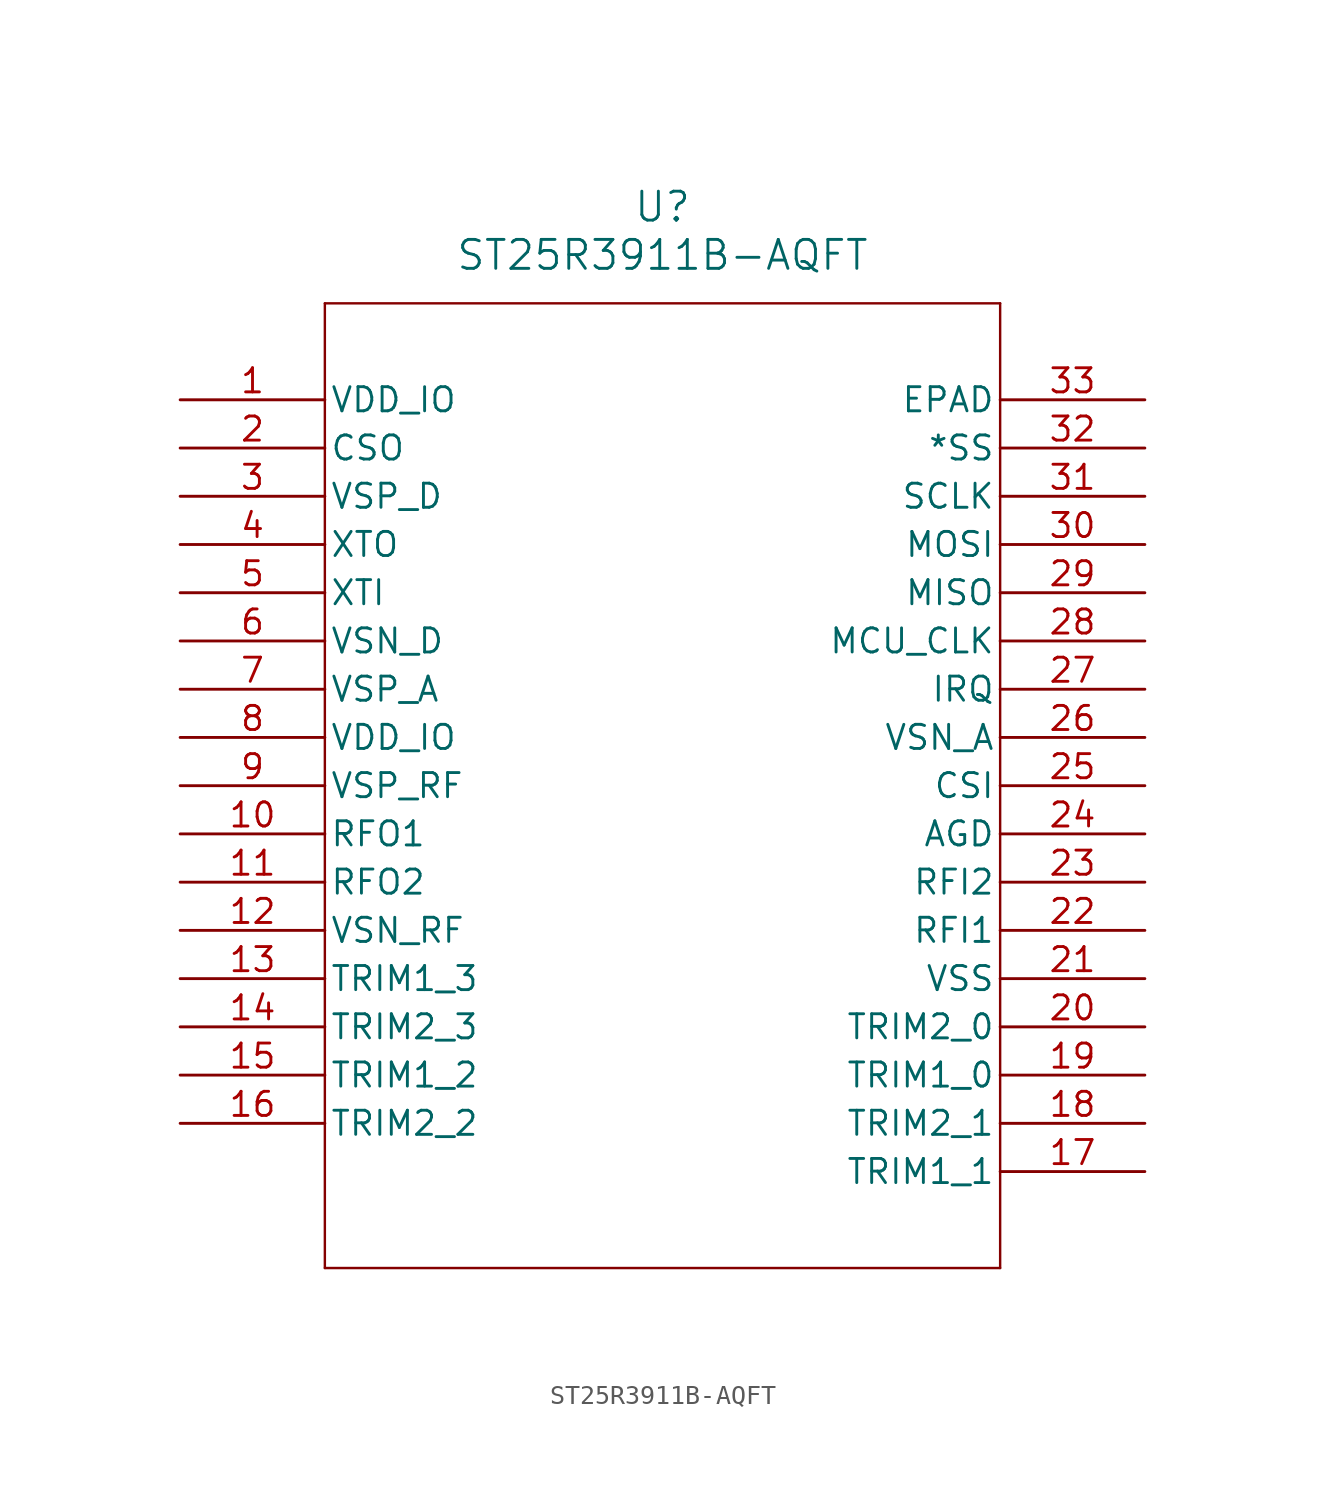
<source format=kicad_sym>
(kicad_symbol_lib
  (version 20211014)
  (generator kicad_symbol_editor)
  (symbol "ST25R3911B-AQFT"
    (pin_names
      (offset 0.254))
    (property "Reference" "U"
      (at 25.4 10.16 0)
      (effects (font (size 1.524 1.524))))
    (property "Value" "ST25R3911B-AQFT"
      (at 25.4 7.62 0)
      (effects (font (size 1.524 1.524))))
    (symbol "ST25R3911B-AQFT_0_1"
      (polyline (pts (xy 7.62 5.08) (xy 7.62 -45.72)) (stroke (width 0.127) (type default) (color 0 0 0 0)) (fill (type none)))
      (polyline (pts (xy 7.62 -45.72) (xy 43.18 -45.72)) (stroke (width 0.127) (type default) (color 0 0 0 0)) (fill (type none)))
      (polyline (pts (xy 43.18 -45.72) (xy 43.18 5.08)) (stroke (width 0.127) (type default) (color 0 0 0 0)) (fill (type none)))
      (polyline (pts (xy 43.18 5.08) (xy 7.62 5.08)) (stroke (width 0.127) (type default) (color 0 0 0 0)) (fill (type none)))
      (pin power_in line (at 0 0 0) (length 7.62) (name "VDD_IO" (effects (font (size 1.27 1.27)))) (number "1" (effects (font (size 1.27 1.27)))))
      (pin output line (at 0 -2.54 0) (length 7.62) (name "CSO" (effects (font (size 1.27 1.27)))) (number "2" (effects (font (size 1.27 1.27)))))
      (pin output line (at 0 -5.08 0) (length 7.62) (name "VSP_D" (effects (font (size 1.27 1.27)))) (number "3" (effects (font (size 1.27 1.27)))))
      (pin output line (at 0 -7.62 0) (length 7.62) (name "XTO" (effects (font (size 1.27 1.27)))) (number "4" (effects (font (size 1.27 1.27)))))
      (pin input line (at 0 -10.16 0) (length 7.62) (name "XTI" (effects (font (size 1.27 1.27)))) (number "5" (effects (font (size 1.27 1.27)))))
      (pin power_in line (at 0 -12.7 0) (length 7.62) (name "VSN_D" (effects (font (size 1.27 1.27)))) (number "6" (effects (font (size 1.27 1.27)))))
      (pin output line (at 0 -15.24 0) (length 7.62) (name "VSP_A" (effects (font (size 1.27 1.27)))) (number "7" (effects (font (size 1.27 1.27)))))
      (pin power_in line (at 0 -17.78 0) (length 7.62) (name "VDD_IO" (effects (font (size 1.27 1.27)))) (number "8" (effects (font (size 1.27 1.27)))))
      (pin output line (at 0 -20.32 0) (length 7.62) (name "VSP_RF" (effects (font (size 1.27 1.27)))) (number "9" (effects (font (size 1.27 1.27)))))
      (pin output line (at 0 -22.86 0) (length 7.62) (name "RFO1" (effects (font (size 1.27 1.27)))) (number "10" (effects (font (size 1.27 1.27)))))
      (pin output line (at 0 -25.4 0) (length 7.62) (name "RFO2" (effects (font (size 1.27 1.27)))) (number "11" (effects (font (size 1.27 1.27)))))
      (pin power_in line (at 0 -27.94 0) (length 7.62) (name "VSN_RF" (effects (font (size 1.27 1.27)))) (number "12" (effects (font (size 1.27 1.27)))))
      (pin bidirectional line (at 0 -30.48 0) (length 7.62) (name "TRIM1_3" (effects (font (size 1.27 1.27)))) (number "13" (effects (font (size 1.27 1.27)))))
      (pin bidirectional line (at 0 -33.02 0) (length 7.62) (name "TRIM2_3" (effects (font (size 1.27 1.27)))) (number "14" (effects (font (size 1.27 1.27)))))
      (pin bidirectional line (at 0 -35.56 0) (length 7.62) (name "TRIM1_2" (effects (font (size 1.27 1.27)))) (number "15" (effects (font (size 1.27 1.27)))))
      (pin bidirectional line (at 0 -38.1 0) (length 7.62) (name "TRIM2_2" (effects (font (size 1.27 1.27)))) (number "16" (effects (font (size 1.27 1.27)))))
      (pin bidirectional line (at 50.8 -40.64 180) (length 7.62) (name "TRIM1_1" (effects (font (size 1.27 1.27)))) (number "17" (effects (font (size 1.27 1.27)))))
      (pin bidirectional line (at 50.8 -38.1 180) (length 7.62) (name "TRIM2_1" (effects (font (size 1.27 1.27)))) (number "18" (effects (font (size 1.27 1.27)))))
      (pin bidirectional line (at 50.8 -35.56 180) (length 7.62) (name "TRIM1_0" (effects (font (size 1.27 1.27)))) (number "19" (effects (font (size 1.27 1.27)))))
      (pin bidirectional line (at 50.8 -33.02 180) (length 7.62) (name "TRIM2_0" (effects (font (size 1.27 1.27)))) (number "20" (effects (font (size 1.27 1.27)))))
      (pin power_in line (at 50.8 -30.48 180) (length 7.62) (name "VSS" (effects (font (size 1.27 1.27)))) (number "21" (effects (font (size 1.27 1.27)))))
      (pin input line (at 50.8 -27.94 180) (length 7.62) (name "RFI1" (effects (font (size 1.27 1.27)))) (number "22" (effects (font (size 1.27 1.27)))))
      (pin input line (at 50.8 -25.4 180) (length 7.62) (name "RFI2" (effects (font (size 1.27 1.27)))) (number "23" (effects (font (size 1.27 1.27)))))
      (pin bidirectional line (at 50.8 -22.86 180) (length 7.62) (name "AGD" (effects (font (size 1.27 1.27)))) (number "24" (effects (font (size 1.27 1.27)))))
      (pin input line (at 50.8 -20.32 180) (length 7.62) (name "CSI" (effects (font (size 1.27 1.27)))) (number "25" (effects (font (size 1.27 1.27)))))
      (pin power_in line (at 50.8 -17.78 180) (length 7.62) (name "VSN_A" (effects (font (size 1.27 1.27)))) (number "26" (effects (font (size 1.27 1.27)))))
      (pin output line (at 50.8 -15.24 180) (length 7.62) (name "IRQ" (effects (font (size 1.27 1.27)))) (number "27" (effects (font (size 1.27 1.27)))))
      (pin output line (at 50.8 -12.7 180) (length 7.62) (name "MCU_CLK" (effects (font (size 1.27 1.27)))) (number "28" (effects (font (size 1.27 1.27)))))
      (pin output line (at 50.8 -10.16 180) (length 7.62) (name "MISO" (effects (font (size 1.27 1.27)))) (number "29" (effects (font (size 1.27 1.27)))))
      (pin input line (at 50.8 -7.62 180) (length 7.62) (name "MOSI" (effects (font (size 1.27 1.27)))) (number "30" (effects (font (size 1.27 1.27)))))
      (pin input line (at 50.8 -5.08 180) (length 7.62) (name "SCLK" (effects (font (size 1.27 1.27)))) (number "31" (effects (font (size 1.27 1.27)))))
      (pin input line (at 50.8 -2.54 180) (length 7.62) (name "*SS" (effects (font (size 1.27 1.27)))) (number "32" (effects (font (size 1.27 1.27)))))
      (pin unspecified line (at 50.8 0 180) (length 7.62) (name "EPAD" (effects (font (size 1.27 1.27)))) (number "33" (effects (font (size 1.27 1.27))))))))
</source>
